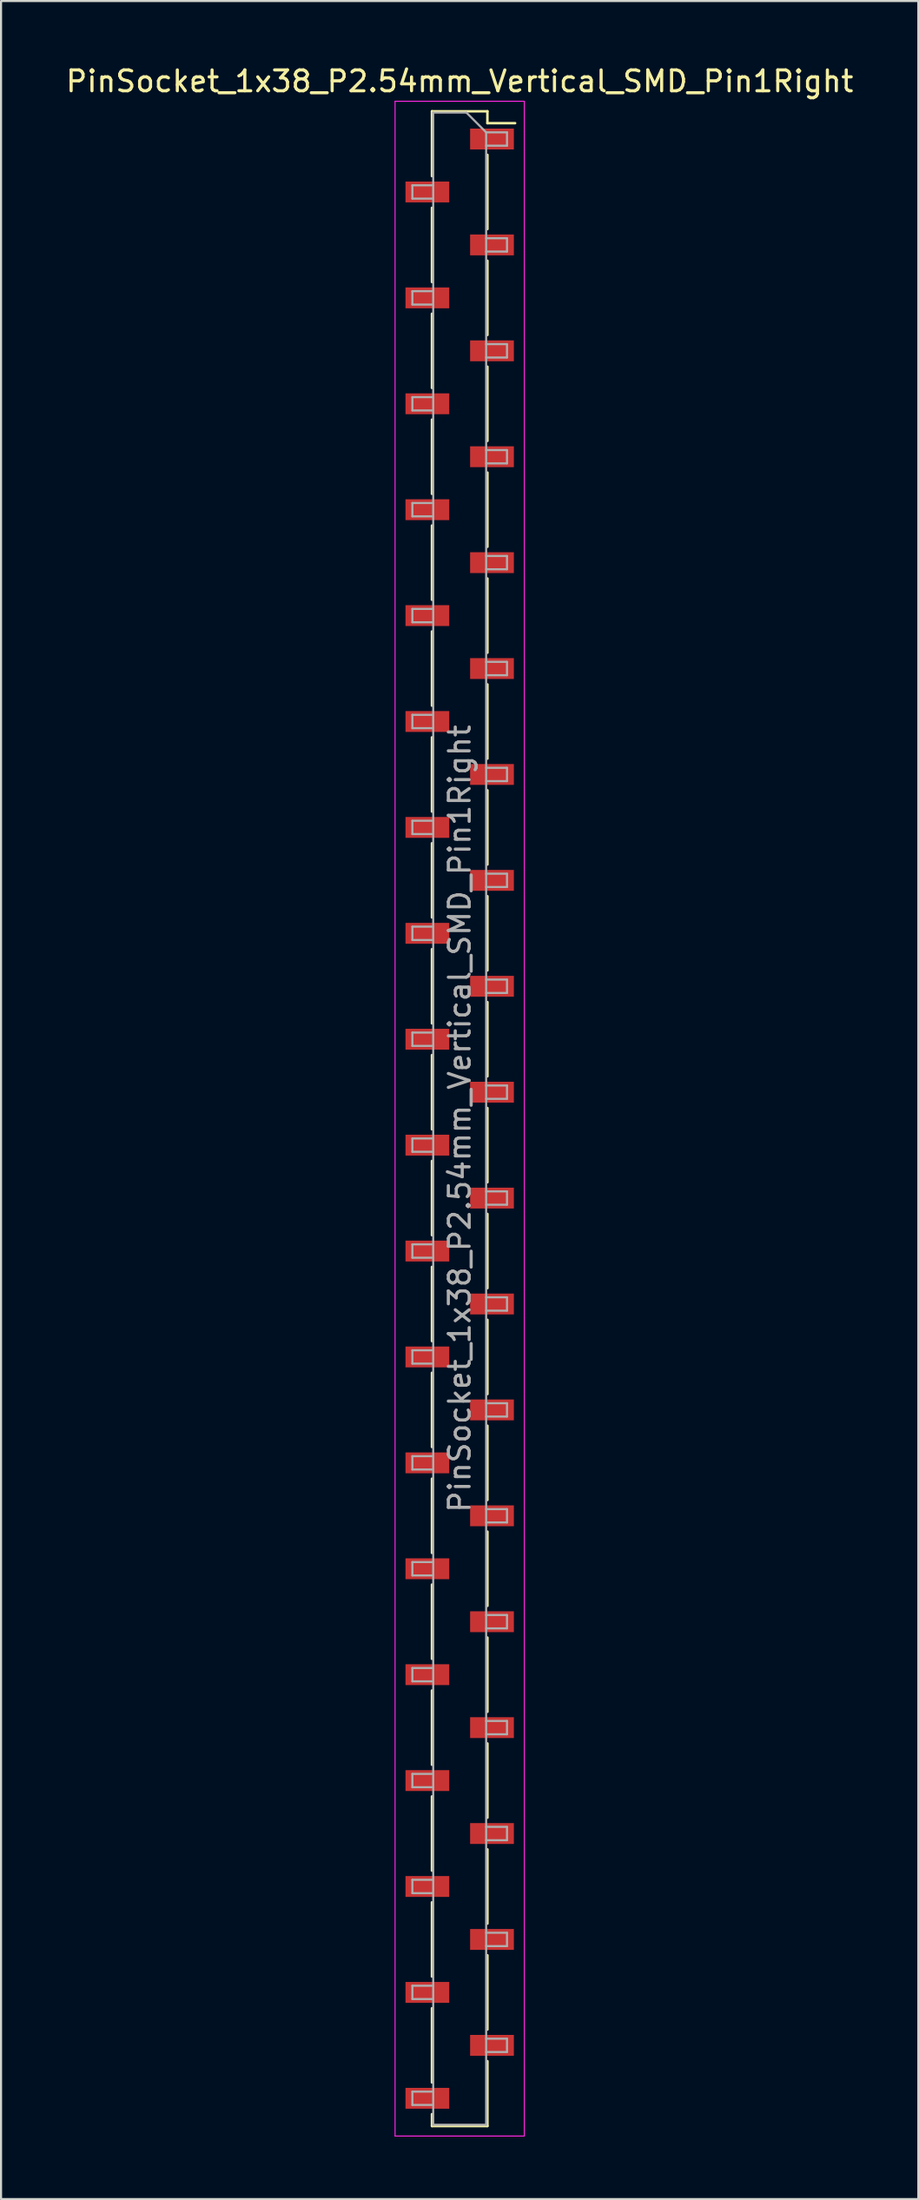
<source format=kicad_pcb>
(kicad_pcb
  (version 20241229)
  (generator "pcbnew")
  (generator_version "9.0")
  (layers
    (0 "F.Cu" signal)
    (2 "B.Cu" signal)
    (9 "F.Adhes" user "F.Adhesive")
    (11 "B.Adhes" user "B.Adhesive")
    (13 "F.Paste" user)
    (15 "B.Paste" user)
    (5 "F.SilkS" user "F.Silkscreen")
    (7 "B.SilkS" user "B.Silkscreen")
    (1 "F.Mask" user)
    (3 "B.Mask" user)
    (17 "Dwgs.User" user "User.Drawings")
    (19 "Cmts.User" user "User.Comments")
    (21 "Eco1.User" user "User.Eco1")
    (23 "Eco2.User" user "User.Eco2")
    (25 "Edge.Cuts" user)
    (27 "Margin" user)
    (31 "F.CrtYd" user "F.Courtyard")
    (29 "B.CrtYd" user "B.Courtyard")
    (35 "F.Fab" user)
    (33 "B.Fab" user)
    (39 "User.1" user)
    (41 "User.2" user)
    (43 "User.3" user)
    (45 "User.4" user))
  (footprint "PinSocket_1x38_P2.54mm_Vertical_SMD_Pin1Right"
    (layer "F.Cu")
    (at 19.006 50.608)
    (property "Reference" "PinSocket_1x38_P2.54mm_Vertical_SMD_Pin1Right" (at 0 -49.76 0) (layer "F.SilkS") (effects (font (size 1 1) (thickness 0.15))))
    (attr smd)
    (fp_line (start -1.33 -48.32) (end -1.33 -45.21) (stroke (width 0.12) (type solid)) (layer "F.SilkS"))
    (fp_line (start -1.33 -48.32) (end 1.33 -48.32) (stroke (width 0.12) (type solid)) (layer "F.SilkS"))
    (fp_line (start -1.33 -43.69) (end -1.33 -40.13) (stroke (width 0.12) (type solid)) (layer "F.SilkS"))
    (fp_line (start -1.33 -38.61) (end -1.33 -35.05) (stroke (width 0.12) (type solid)) (layer "F.SilkS"))
    (fp_line (start -1.33 -33.53) (end -1.33 -29.97) (stroke (width 0.12) (type solid)) (layer "F.SilkS"))
    (fp_line (start -1.33 -28.45) (end -1.33 -24.89) (stroke (width 0.12) (type solid)) (layer "F.SilkS"))
    (fp_line (start -1.33 -23.37) (end -1.33 -19.81) (stroke (width 0.12) (type solid)) (layer "F.SilkS"))
    (fp_line (start -1.33 -18.29) (end -1.33 -14.73) (stroke (width 0.12) (type solid)) (layer "F.SilkS"))
    (fp_line (start -1.33 -13.21) (end -1.33 -9.65) (stroke (width 0.12) (type solid)) (layer "F.SilkS"))
    (fp_line (start -1.33 -8.13) (end -1.33 -4.57) (stroke (width 0.12) (type solid)) (layer "F.SilkS"))
    (fp_line (start -1.33 -3.05) (end -1.33 0.51) (stroke (width 0.12) (type solid)) (layer "F.SilkS"))
    (fp_line (start -1.33 2.03) (end -1.33 5.59) (stroke (width 0.12) (type solid)) (layer "F.SilkS"))
    (fp_line (start -1.33 7.11) (end -1.33 10.67) (stroke (width 0.12) (type solid)) (layer "F.SilkS"))
    (fp_line (start -1.33 12.19) (end -1.33 15.75) (stroke (width 0.12) (type solid)) (layer "F.SilkS"))
    (fp_line (start -1.33 17.27) (end -1.33 20.83) (stroke (width 0.12) (type solid)) (layer "F.SilkS"))
    (fp_line (start -1.33 22.35) (end -1.33 25.91) (stroke (width 0.12) (type solid)) (layer "F.SilkS"))
    (fp_line (start -1.33 27.43) (end -1.33 30.99) (stroke (width 0.12) (type solid)) (layer "F.SilkS"))
    (fp_line (start -1.33 32.51) (end -1.33 36.07) (stroke (width 0.12) (type solid)) (layer "F.SilkS"))
    (fp_line (start -1.33 37.59) (end -1.33 41.15) (stroke (width 0.12) (type solid)) (layer "F.SilkS"))
    (fp_line (start -1.33 42.67) (end -1.33 46.23) (stroke (width 0.12) (type solid)) (layer "F.SilkS"))
    (fp_line (start -1.33 48.32) (end -1.33 47.75) (stroke (width 0.12) (type solid)) (layer "F.SilkS"))
    (fp_line (start 1.33 -48.32) (end 1.33 -47.75) (stroke (width 0.12) (type solid)) (layer "F.SilkS"))
    (fp_line (start 1.33 -47.75) (end 2.66 -47.75) (stroke (width 0.12) (type solid)) (layer "F.SilkS"))
    (fp_line (start 1.33 -46.23) (end 1.33 -42.67) (stroke (width 0.12) (type solid)) (layer "F.SilkS"))
    (fp_line (start 1.33 -41.15) (end 1.33 -37.59) (stroke (width 0.12) (type solid)) (layer "F.SilkS"))
    (fp_line (start 1.33 -36.07) (end 1.33 -32.51) (stroke (width 0.12) (type solid)) (layer "F.SilkS"))
    (fp_line (start 1.33 -30.99) (end 1.33 -27.43) (stroke (width 0.12) (type solid)) (layer "F.SilkS"))
    (fp_line (start 1.33 -25.91) (end 1.33 -22.35) (stroke (width 0.12) (type solid)) (layer "F.SilkS"))
    (fp_line (start 1.33 -20.83) (end 1.33 -17.27) (stroke (width 0.12) (type solid)) (layer "F.SilkS"))
    (fp_line (start 1.33 -15.75) (end 1.33 -12.19) (stroke (width 0.12) (type solid)) (layer "F.SilkS"))
    (fp_line (start 1.33 -10.67) (end 1.33 -7.11) (stroke (width 0.12) (type solid)) (layer "F.SilkS"))
    (fp_line (start 1.33 -5.59) (end 1.33 -2.03) (stroke (width 0.12) (type solid)) (layer "F.SilkS"))
    (fp_line (start 1.33 -0.51) (end 1.33 3.05) (stroke (width 0.12) (type solid)) (layer "F.SilkS"))
    (fp_line (start 1.33 4.57) (end 1.33 8.13) (stroke (width 0.12) (type solid)) (layer "F.SilkS"))
    (fp_line (start 1.33 9.65) (end 1.33 13.21) (stroke (width 0.12) (type solid)) (layer "F.SilkS"))
    (fp_line (start 1.33 14.73) (end 1.33 18.29) (stroke (width 0.12) (type solid)) (layer "F.SilkS"))
    (fp_line (start 1.33 19.81) (end 1.33 23.37) (stroke (width 0.12) (type solid)) (layer "F.SilkS"))
    (fp_line (start 1.33 24.89) (end 1.33 28.45) (stroke (width 0.12) (type solid)) (layer "F.SilkS"))
    (fp_line (start 1.33 29.97) (end 1.33 33.53) (stroke (width 0.12) (type solid)) (layer "F.SilkS"))
    (fp_line (start 1.33 35.05) (end 1.33 38.61) (stroke (width 0.12) (type solid)) (layer "F.SilkS"))
    (fp_line (start 1.33 40.13) (end 1.33 43.69) (stroke (width 0.12) (type solid)) (layer "F.SilkS"))
    (fp_line (start 1.33 45.21) (end 1.33 48.32) (stroke (width 0.12) (type solid)) (layer "F.SilkS"))
    (fp_line (start 1.33 48.32) (end -1.33 48.32) (stroke (width 0.12) (type solid)) (layer "F.SilkS"))
    (fp_line (start -3.1 -48.8) (end 3.1 -48.8) (stroke (width 0.05) (type solid)) (layer "F.CrtYd"))
    (fp_line (start -3.1 48.8) (end -3.1 -48.8) (stroke (width 0.05) (type solid)) (layer "F.CrtYd"))
    (fp_line (start 3.1 -48.8) (end 3.1 48.8) (stroke (width 0.05) (type solid)) (layer "F.CrtYd"))
    (fp_line (start 3.1 48.8) (end -3.1 48.8) (stroke (width 0.05) (type solid)) (layer "F.CrtYd"))
    (fp_line (start -2.27 -44.77) (end -1.27 -44.77) (stroke (width 0.1) (type solid)) (layer "F.Fab"))
    (fp_line (start -2.27 -44.13) (end -2.27 -44.77) (stroke (width 0.1) (type solid)) (layer "F.Fab"))
    (fp_line (start -2.27 -39.69) (end -1.27 -39.69) (stroke (width 0.1) (type solid)) (layer "F.Fab"))
    (fp_line (start -2.27 -39.05) (end -2.27 -39.69) (stroke (width 0.1) (type solid)) (layer "F.Fab"))
    (fp_line (start -2.27 -34.61) (end -1.27 -34.61) (stroke (width 0.1) (type solid)) (layer "F.Fab"))
    (fp_line (start -2.27 -33.97) (end -2.27 -34.61) (stroke (width 0.1) (type solid)) (layer "F.Fab"))
    (fp_line (start -2.27 -29.53) (end -1.27 -29.53) (stroke (width 0.1) (type solid)) (layer "F.Fab"))
    (fp_line (start -2.27 -28.89) (end -2.27 -29.53) (stroke (width 0.1) (type solid)) (layer "F.Fab"))
    (fp_line (start -2.27 -24.45) (end -1.27 -24.45) (stroke (width 0.1) (type solid)) (layer "F.Fab"))
    (fp_line (start -2.27 -23.81) (end -2.27 -24.45) (stroke (width 0.1) (type solid)) (layer "F.Fab"))
    (fp_line (start -2.27 -19.37) (end -1.27 -19.37) (stroke (width 0.1) (type solid)) (layer "F.Fab"))
    (fp_line (start -2.27 -18.73) (end -2.27 -19.37) (stroke (width 0.1) (type solid)) (layer "F.Fab"))
    (fp_line (start -2.27 -14.29) (end -1.27 -14.29) (stroke (width 0.1) (type solid)) (layer "F.Fab"))
    (fp_line (start -2.27 -13.65) (end -2.27 -14.29) (stroke (width 0.1) (type solid)) (layer "F.Fab"))
    (fp_line (start -2.27 -9.21) (end -1.27 -9.21) (stroke (width 0.1) (type solid)) (layer "F.Fab"))
    (fp_line (start -2.27 -8.57) (end -2.27 -9.21) (stroke (width 0.1) (type solid)) (layer "F.Fab"))
    (fp_line (start -2.27 -4.13) (end -1.27 -4.13) (stroke (width 0.1) (type solid)) (layer "F.Fab"))
    (fp_line (start -2.27 -3.49) (end -2.27 -4.13) (stroke (width 0.1) (type solid)) (layer "F.Fab"))
    (fp_line (start -2.27 0.95) (end -1.27 0.95) (stroke (width 0.1) (type solid)) (layer "F.Fab"))
    (fp_line (start -2.27 1.59) (end -2.27 0.95) (stroke (width 0.1) (type solid)) (layer "F.Fab"))
    (fp_line (start -2.27 6.03) (end -1.27 6.03) (stroke (width 0.1) (type solid)) (layer "F.Fab"))
    (fp_line (start -2.27 6.67) (end -2.27 6.03) (stroke (width 0.1) (type solid)) (layer "F.Fab"))
    (fp_line (start -2.27 11.11) (end -1.27 11.11) (stroke (width 0.1) (type solid)) (layer "F.Fab"))
    (fp_line (start -2.27 11.75) (end -2.27 11.11) (stroke (width 0.1) (type solid)) (layer "F.Fab"))
    (fp_line (start -2.27 16.19) (end -1.27 16.19) (stroke (width 0.1) (type solid)) (layer "F.Fab"))
    (fp_line (start -2.27 16.83) (end -2.27 16.19) (stroke (width 0.1) (type solid)) (layer "F.Fab"))
    (fp_line (start -2.27 21.27) (end -1.27 21.27) (stroke (width 0.1) (type solid)) (layer "F.Fab"))
    (fp_line (start -2.27 21.91) (end -2.27 21.27) (stroke (width 0.1) (type solid)) (layer "F.Fab"))
    (fp_line (start -2.27 26.35) (end -1.27 26.35) (stroke (width 0.1) (type solid)) (layer "F.Fab"))
    (fp_line (start -2.27 26.99) (end -2.27 26.35) (stroke (width 0.1) (type solid)) (layer "F.Fab"))
    (fp_line (start -2.27 31.43) (end -1.27 31.43) (stroke (width 0.1) (type solid)) (layer "F.Fab"))
    (fp_line (start -2.27 32.07) (end -2.27 31.43) (stroke (width 0.1) (type solid)) (layer "F.Fab"))
    (fp_line (start -2.27 36.51) (end -1.27 36.51) (stroke (width 0.1) (type solid)) (layer "F.Fab"))
    (fp_line (start -2.27 37.15) (end -2.27 36.51) (stroke (width 0.1) (type solid)) (layer "F.Fab"))
    (fp_line (start -2.27 41.59) (end -1.27 41.59) (stroke (width 0.1) (type solid)) (layer "F.Fab"))
    (fp_line (start -2.27 42.23) (end -2.27 41.59) (stroke (width 0.1) (type solid)) (layer "F.Fab"))
    (fp_line (start -2.27 46.67) (end -1.27 46.67) (stroke (width 0.1) (type solid)) (layer "F.Fab"))
    (fp_line (start -2.27 47.31) (end -2.27 46.67) (stroke (width 0.1) (type solid)) (layer "F.Fab"))
    (fp_line (start -1.27 -48.26) (end 0.32 -48.26) (stroke (width 0.1) (type solid)) (layer "F.Fab"))
    (fp_line (start -1.27 -44.13) (end -2.27 -44.13) (stroke (width 0.1) (type solid)) (layer "F.Fab"))
    (fp_line (start -1.27 -39.05) (end -2.27 -39.05) (stroke (width 0.1) (type solid)) (layer "F.Fab"))
    (fp_line (start -1.27 -33.97) (end -2.27 -33.97) (stroke (width 0.1) (type solid)) (layer "F.Fab"))
    (fp_line (start -1.27 -28.89) (end -2.27 -28.89) (stroke (width 0.1) (type solid)) (layer "F.Fab"))
    (fp_line (start -1.27 -23.81) (end -2.27 -23.81) (stroke (width 0.1) (type solid)) (layer "F.Fab"))
    (fp_line (start -1.27 -18.73) (end -2.27 -18.73) (stroke (width 0.1) (type solid)) (layer "F.Fab"))
    (fp_line (start -1.27 -13.65) (end -2.27 -13.65) (stroke (width 0.1) (type solid)) (layer "F.Fab"))
    (fp_line (start -1.27 -8.57) (end -2.27 -8.57) (stroke (width 0.1) (type solid)) (layer "F.Fab"))
    (fp_line (start -1.27 -3.49) (end -2.27 -3.49) (stroke (width 0.1) (type solid)) (layer "F.Fab"))
    (fp_line (start -1.27 1.59) (end -2.27 1.59) (stroke (width 0.1) (type solid)) (layer "F.Fab"))
    (fp_line (start -1.27 6.67) (end -2.27 6.67) (stroke (width 0.1) (type solid)) (layer "F.Fab"))
    (fp_line (start -1.27 11.75) (end -2.27 11.75) (stroke (width 0.1) (type solid)) (layer "F.Fab"))
    (fp_line (start -1.27 16.83) (end -2.27 16.83) (stroke (width 0.1) (type solid)) (layer "F.Fab"))
    (fp_line (start -1.27 21.91) (end -2.27 21.91) (stroke (width 0.1) (type solid)) (layer "F.Fab"))
    (fp_line (start -1.27 26.99) (end -2.27 26.99) (stroke (width 0.1) (type solid)) (layer "F.Fab"))
    (fp_line (start -1.27 32.07) (end -2.27 32.07) (stroke (width 0.1) (type solid)) (layer "F.Fab"))
    (fp_line (start -1.27 37.15) (end -2.27 37.15) (stroke (width 0.1) (type solid)) (layer "F.Fab"))
    (fp_line (start -1.27 42.23) (end -2.27 42.23) (stroke (width 0.1) (type solid)) (layer "F.Fab"))
    (fp_line (start -1.27 47.31) (end -2.27 47.31) (stroke (width 0.1) (type solid)) (layer "F.Fab"))
    (fp_line (start -1.27 48.26) (end -1.27 -48.26) (stroke (width 0.1) (type solid)) (layer "F.Fab"))
    (fp_line (start 0.32 -48.26) (end 1.27 -47.31) (stroke (width 0.1) (type solid)) (layer "F.Fab"))
    (fp_line (start 1.27 -47.31) (end 1.27 48.26) (stroke (width 0.1) (type solid)) (layer "F.Fab"))
    (fp_line (start 1.27 -47.31) (end 2.27 -47.31) (stroke (width 0.1) (type solid)) (layer "F.Fab"))
    (fp_line (start 1.27 -42.23) (end 2.27 -42.23) (stroke (width 0.1) (type solid)) (layer "F.Fab"))
    (fp_line (start 1.27 -37.15) (end 2.27 -37.15) (stroke (width 0.1) (type solid)) (layer "F.Fab"))
    (fp_line (start 1.27 -32.07) (end 2.27 -32.07) (stroke (width 0.1) (type solid)) (layer "F.Fab"))
    (fp_line (start 1.27 -26.99) (end 2.27 -26.99) (stroke (width 0.1) (type solid)) (layer "F.Fab"))
    (fp_line (start 1.27 -21.91) (end 2.27 -21.91) (stroke (width 0.1) (type solid)) (layer "F.Fab"))
    (fp_line (start 1.27 -16.83) (end 2.27 -16.83) (stroke (width 0.1) (type solid)) (layer "F.Fab"))
    (fp_line (start 1.27 -11.75) (end 2.27 -11.75) (stroke (width 0.1) (type solid)) (layer "F.Fab"))
    (fp_line (start 1.27 -6.67) (end 2.27 -6.67) (stroke (width 0.1) (type solid)) (layer "F.Fab"))
    (fp_line (start 1.27 -1.59) (end 2.27 -1.59) (stroke (width 0.1) (type solid)) (layer "F.Fab"))
    (fp_line (start 1.27 3.49) (end 2.27 3.49) (stroke (width 0.1) (type solid)) (layer "F.Fab"))
    (fp_line (start 1.27 8.57) (end 2.27 8.57) (stroke (width 0.1) (type solid)) (layer "F.Fab"))
    (fp_line (start 1.27 13.65) (end 2.27 13.65) (stroke (width 0.1) (type solid)) (layer "F.Fab"))
    (fp_line (start 1.27 18.73) (end 2.27 18.73) (stroke (width 0.1) (type solid)) (layer "F.Fab"))
    (fp_line (start 1.27 23.81) (end 2.27 23.81) (stroke (width 0.1) (type solid)) (layer "F.Fab"))
    (fp_line (start 1.27 28.89) (end 2.27 28.89) (stroke (width 0.1) (type solid)) (layer "F.Fab"))
    (fp_line (start 1.27 33.97) (end 2.27 33.97) (stroke (width 0.1) (type solid)) (layer "F.Fab"))
    (fp_line (start 1.27 39.05) (end 2.27 39.05) (stroke (width 0.1) (type solid)) (layer "F.Fab"))
    (fp_line (start 1.27 44.13) (end 2.27 44.13) (stroke (width 0.1) (type solid)) (layer "F.Fab"))
    (fp_line (start 1.27 48.26) (end -1.27 48.26) (stroke (width 0.1) (type solid)) (layer "F.Fab"))
    (fp_line (start 2.27 -47.31) (end 2.27 -46.67) (stroke (width 0.1) (type solid)) (layer "F.Fab"))
    (fp_line (start 2.27 -46.67) (end 1.27 -46.67) (stroke (width 0.1) (type solid)) (layer "F.Fab"))
    (fp_line (start 2.27 -42.23) (end 2.27 -41.59) (stroke (width 0.1) (type solid)) (layer "F.Fab"))
    (fp_line (start 2.27 -41.59) (end 1.27 -41.59) (stroke (width 0.1) (type solid)) (layer "F.Fab"))
    (fp_line (start 2.27 -37.15) (end 2.27 -36.51) (stroke (width 0.1) (type solid)) (layer "F.Fab"))
    (fp_line (start 2.27 -36.51) (end 1.27 -36.51) (stroke (width 0.1) (type solid)) (layer "F.Fab"))
    (fp_line (start 2.27 -32.07) (end 2.27 -31.43) (stroke (width 0.1) (type solid)) (layer "F.Fab"))
    (fp_line (start 2.27 -31.43) (end 1.27 -31.43) (stroke (width 0.1) (type solid)) (layer "F.Fab"))
    (fp_line (start 2.27 -26.99) (end 2.27 -26.35) (stroke (width 0.1) (type solid)) (layer "F.Fab"))
    (fp_line (start 2.27 -26.35) (end 1.27 -26.35) (stroke (width 0.1) (type solid)) (layer "F.Fab"))
    (fp_line (start 2.27 -21.91) (end 2.27 -21.27) (stroke (width 0.1) (type solid)) (layer "F.Fab"))
    (fp_line (start 2.27 -21.27) (end 1.27 -21.27) (stroke (width 0.1) (type solid)) (layer "F.Fab"))
    (fp_line (start 2.27 -16.83) (end 2.27 -16.19) (stroke (width 0.1) (type solid)) (layer "F.Fab"))
    (fp_line (start 2.27 -16.19) (end 1.27 -16.19) (stroke (width 0.1) (type solid)) (layer "F.Fab"))
    (fp_line (start 2.27 -11.75) (end 2.27 -11.11) (stroke (width 0.1) (type solid)) (layer "F.Fab"))
    (fp_line (start 2.27 -11.11) (end 1.27 -11.11) (stroke (width 0.1) (type solid)) (layer "F.Fab"))
    (fp_line (start 2.27 -6.67) (end 2.27 -6.03) (stroke (width 0.1) (type solid)) (layer "F.Fab"))
    (fp_line (start 2.27 -6.03) (end 1.27 -6.03) (stroke (width 0.1) (type solid)) (layer "F.Fab"))
    (fp_line (start 2.27 -1.59) (end 2.27 -0.95) (stroke (width 0.1) (type solid)) (layer "F.Fab"))
    (fp_line (start 2.27 -0.95) (end 1.27 -0.95) (stroke (width 0.1) (type solid)) (layer "F.Fab"))
    (fp_line (start 2.27 3.49) (end 2.27 4.13) (stroke (width 0.1) (type solid)) (layer "F.Fab"))
    (fp_line (start 2.27 4.13) (end 1.27 4.13) (stroke (width 0.1) (type solid)) (layer "F.Fab"))
    (fp_line (start 2.27 8.57) (end 2.27 9.21) (stroke (width 0.1) (type solid)) (layer "F.Fab"))
    (fp_line (start 2.27 9.21) (end 1.27 9.21) (stroke (width 0.1) (type solid)) (layer "F.Fab"))
    (fp_line (start 2.27 13.65) (end 2.27 14.29) (stroke (width 0.1) (type solid)) (layer "F.Fab"))
    (fp_line (start 2.27 14.29) (end 1.27 14.29) (stroke (width 0.1) (type solid)) (layer "F.Fab"))
    (fp_line (start 2.27 18.73) (end 2.27 19.37) (stroke (width 0.1) (type solid)) (layer "F.Fab"))
    (fp_line (start 2.27 19.37) (end 1.27 19.37) (stroke (width 0.1) (type solid)) (layer "F.Fab"))
    (fp_line (start 2.27 23.81) (end 2.27 24.45) (stroke (width 0.1) (type solid)) (layer "F.Fab"))
    (fp_line (start 2.27 24.45) (end 1.27 24.45) (stroke (width 0.1) (type solid)) (layer "F.Fab"))
    (fp_line (start 2.27 28.89) (end 2.27 29.53) (stroke (width 0.1) (type solid)) (layer "F.Fab"))
    (fp_line (start 2.27 29.53) (end 1.27 29.53) (stroke (width 0.1) (type solid)) (layer "F.Fab"))
    (fp_line (start 2.27 33.97) (end 2.27 34.61) (stroke (width 0.1) (type solid)) (layer "F.Fab"))
    (fp_line (start 2.27 34.61) (end 1.27 34.61) (stroke (width 0.1) (type solid)) (layer "F.Fab"))
    (fp_line (start 2.27 39.05) (end 2.27 39.69) (stroke (width 0.1) (type solid)) (layer "F.Fab"))
    (fp_line (start 2.27 39.69) (end 1.27 39.69) (stroke (width 0.1) (type solid)) (layer "F.Fab"))
    (fp_line (start 2.27 44.13) (end 2.27 44.77) (stroke (width 0.1) (type solid)) (layer "F.Fab"))
    (fp_line (start 2.27 44.77) (end 1.27 44.77) (stroke (width 0.1) (type solid)) (layer "F.Fab"))
    (fp_text user "${REFERENCE}" (at 0 0 90) (layer "F.Fab") (effects (font (size 1 1) (thickness 0.15))))
    (pad "1" smd rect (at 1.55 -46.99) (size 2.1 1) (layers "F.Cu" "F.Mask" "F.Paste"))
    (pad "2" smd rect (at -1.55 -44.45) (size 2.1 1) (layers "F.Cu" "F.Mask" "F.Paste"))
    (pad "3" smd rect (at 1.55 -41.91) (size 2.1 1) (layers "F.Cu" "F.Mask" "F.Paste"))
    (pad "4" smd rect (at -1.55 -39.37) (size 2.1 1) (layers "F.Cu" "F.Mask" "F.Paste"))
    (pad "5" smd rect (at 1.55 -36.83) (size 2.1 1) (layers "F.Cu" "F.Mask" "F.Paste"))
    (pad "6" smd rect (at -1.55 -34.29) (size 2.1 1) (layers "F.Cu" "F.Mask" "F.Paste"))
    (pad "7" smd rect (at 1.55 -31.75) (size 2.1 1) (layers "F.Cu" "F.Mask" "F.Paste"))
    (pad "8" smd rect (at -1.55 -29.21) (size 2.1 1) (layers "F.Cu" "F.Mask" "F.Paste"))
    (pad "9" smd rect (at 1.55 -26.67) (size 2.1 1) (layers "F.Cu" "F.Mask" "F.Paste"))
    (pad "10" smd rect (at -1.55 -24.13) (size 2.1 1) (layers "F.Cu" "F.Mask" "F.Paste"))
    (pad "11" smd rect (at 1.55 -21.59) (size 2.1 1) (layers "F.Cu" "F.Mask" "F.Paste"))
    (pad "12" smd rect (at -1.55 -19.05) (size 2.1 1) (layers "F.Cu" "F.Mask" "F.Paste"))
    (pad "13" smd rect (at 1.55 -16.51) (size 2.1 1) (layers "F.Cu" "F.Mask" "F.Paste"))
    (pad "14" smd rect (at -1.55 -13.97) (size 2.1 1) (layers "F.Cu" "F.Mask" "F.Paste"))
    (pad "15" smd rect (at 1.55 -11.43) (size 2.1 1) (layers "F.Cu" "F.Mask" "F.Paste"))
    (pad "16" smd rect (at -1.55 -8.89) (size 2.1 1) (layers "F.Cu" "F.Mask" "F.Paste"))
    (pad "17" smd rect (at 1.55 -6.35) (size 2.1 1) (layers "F.Cu" "F.Mask" "F.Paste"))
    (pad "18" smd rect (at -1.55 -3.81) (size 2.1 1) (layers "F.Cu" "F.Mask" "F.Paste"))
    (pad "19" smd rect (at 1.55 -1.27) (size 2.1 1) (layers "F.Cu" "F.Mask" "F.Paste"))
    (pad "20" smd rect (at -1.55 1.27) (size 2.1 1) (layers "F.Cu" "F.Mask" "F.Paste"))
    (pad "21" smd rect (at 1.55 3.81) (size 2.1 1) (layers "F.Cu" "F.Mask" "F.Paste"))
    (pad "22" smd rect (at -1.55 6.35) (size 2.1 1) (layers "F.Cu" "F.Mask" "F.Paste"))
    (pad "23" smd rect (at 1.55 8.89) (size 2.1 1) (layers "F.Cu" "F.Mask" "F.Paste"))
    (pad "24" smd rect (at -1.55 11.43) (size 2.1 1) (layers "F.Cu" "F.Mask" "F.Paste"))
    (pad "25" smd rect (at 1.55 13.97) (size 2.1 1) (layers "F.Cu" "F.Mask" "F.Paste"))
    (pad "26" smd rect (at -1.55 16.51) (size 2.1 1) (layers "F.Cu" "F.Mask" "F.Paste"))
    (pad "27" smd rect (at 1.55 19.05) (size 2.1 1) (layers "F.Cu" "F.Mask" "F.Paste"))
    (pad "28" smd rect (at -1.55 21.59) (size 2.1 1) (layers "F.Cu" "F.Mask" "F.Paste"))
    (pad "29" smd rect (at 1.55 24.13) (size 2.1 1) (layers "F.Cu" "F.Mask" "F.Paste"))
    (pad "30" smd rect (at -1.55 26.67) (size 2.1 1) (layers "F.Cu" "F.Mask" "F.Paste"))
    (pad "31" smd rect (at 1.55 29.21) (size 2.1 1) (layers "F.Cu" "F.Mask" "F.Paste"))
    (pad "32" smd rect (at -1.55 31.75) (size 2.1 1) (layers "F.Cu" "F.Mask" "F.Paste"))
    (pad "33" smd rect (at 1.55 34.29) (size 2.1 1) (layers "F.Cu" "F.Mask" "F.Paste"))
    (pad "34" smd rect (at -1.55 36.83) (size 2.1 1) (layers "F.Cu" "F.Mask" "F.Paste"))
    (pad "35" smd rect (at 1.55 39.37) (size 2.1 1) (layers "F.Cu" "F.Mask" "F.Paste"))
    (pad "36" smd rect (at -1.55 41.91) (size 2.1 1) (layers "F.Cu" "F.Mask" "F.Paste"))
    (pad "37" smd rect (at 1.55 44.45) (size 2.1 1) (layers "F.Cu" "F.Mask" "F.Paste"))
    (pad "38" smd rect (at -1.55 46.99) (size 2.1 1) (layers "F.Cu" "F.Mask" "F.Paste")))
  (gr_rect
    (start -3 -3)
    (end 41.012 102.433)
    (stroke (width 0.1) (type default))
    (fill no)
    (layer "Edge.Cuts")))
</source>
